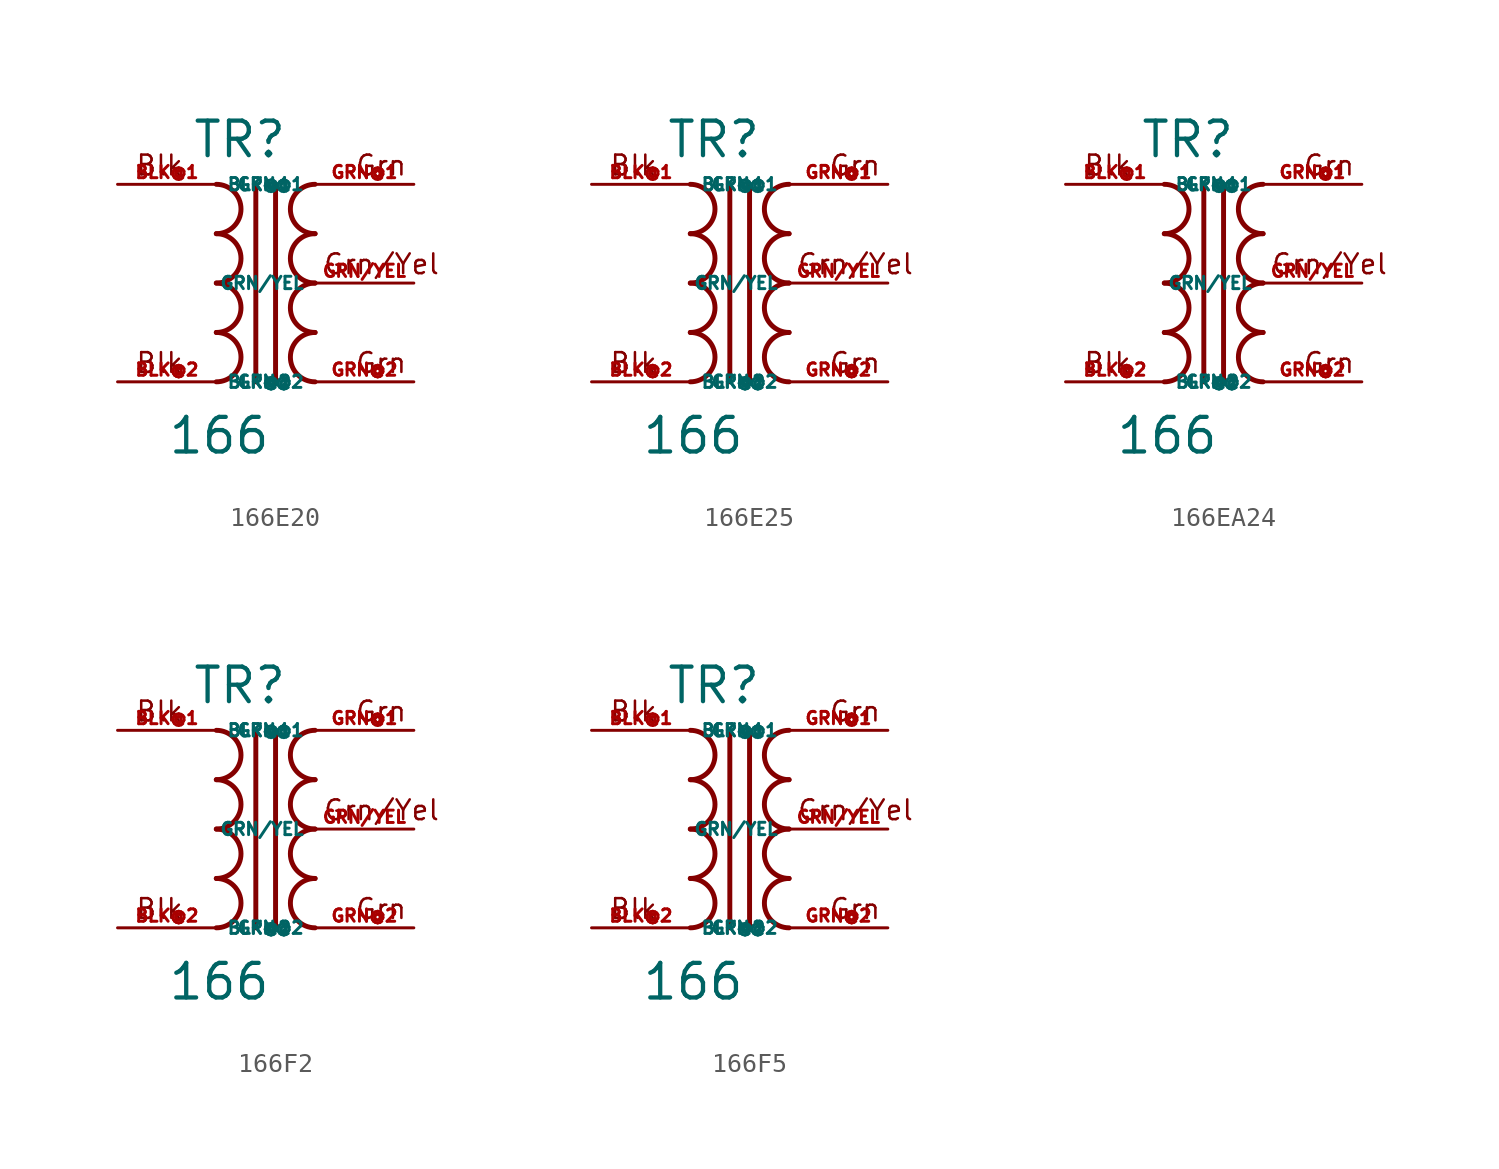
<source format=kicad_sym>
(kicad_symbol_lib
  (version 20220914)
  (generator Eagle2Kicad)
  (symbol "166E20"
    (property "Reference" "TR"
      (at -3.81 6.35 0)
      (effects (font (size 1.778 1.778) (thickness 0.22)) (justify left bottom)))
    (property "Value" "166"
      (at -5.08 -8.89 0)
      (effects (font (size 1.778 1.778) (thickness 0.22)) (justify left bottom)))
    (polyline
      (pts (xy -0.508 5.08) (xy -0.508 -5.08))
      (stroke (width 0.254) (type default))
      (fill (type none)))
    (arc
      (start -2.54 0)
      (mid -1.270 1.270)
      (end -2.54 2.54)
      (stroke (width 0.254) (type default))
      (fill (type none)))
    (arc
      (start -2.54 -2.54)
      (mid -1.270 -1.270)
      (end -2.54 0)
      (stroke (width 0.254) (type default))
      (fill (type none)))
    (arc
      (start -2.54 -5.08)
      (mid -1.270 -3.810)
      (end -2.54 -2.54)
      (stroke (width 0.254) (type default))
      (fill (type none)))
    (arc
      (start -2.54 2.54)
      (mid -1.270 3.810)
      (end -2.54 5.08)
      (stroke (width 0.254) (type default))
      (fill (type none)))
    (arc
      (start 2.54 2.54)
      (mid 1.270 1.270)
      (end 2.54 0)
      (stroke (width 0.254) (type default))
      (fill (type none)))
    (arc
      (start 2.54 5.08)
      (mid 1.270 3.810)
      (end 2.54 2.54)
      (stroke (width 0.254) (type default))
      (fill (type none)))
    (arc
      (start 2.54 0)
      (mid 1.270 -1.270)
      (end 2.54 -2.54)
      (stroke (width 0.254) (type default))
      (fill (type none)))
    (arc
      (start 2.54 -2.54)
      (mid 1.270 -3.810)
      (end 2.54 -5.08)
      (stroke (width 0.254) (type default))
      (fill (type none)))
    (polyline
      (pts (xy 0.508 5.08) (xy 0.508 -5.08))
      (stroke (width 0.254) (type default))
      (fill (type none)))
    (text "Blk"
      (at -6.731 5.461 0)
      (effects (font (size 1.016 1.016) (thickness 0.13)) (justify left bottom)))
    (text "Blk"
      (at -6.731 -4.699 0)
      (effects (font (size 1.016 1.016) (thickness 0.13)) (justify left bottom)))
    (text "Grn"
      (at 4.572 5.461 0)
      (effects (font (size 1.016 1.016) (thickness 0.13)) (justify left bottom)))
    (text "Grn"
      (at 4.572 -4.699 0)
      (effects (font (size 1.016 1.016) (thickness 0.13)) (justify left bottom)))
    (text "Grn/Yel"
      (at 2.921 0.381 0)
      (effects (font (size 1.016 1.016) (thickness 0.13)) (justify left bottom)))
    (pin passive line
      (at -7.62 5.08 0)
      (length 5.08)
      (name "BLK@1" (effects (font (size 0.635 0.635) (thickness 0.08)) (justify left bottom)))
      (number "BLK@1" (effects (font (size 0.635 0.635) (thickness 0.08)) (justify left bottom))))
    (pin passive line
      (at -7.62 -5.08 0)
      (length 5.08)
      (name "BLK@2" (effects (font (size 0.635 0.635) (thickness 0.08)) (justify left bottom)))
      (number "BLK@2" (effects (font (size 0.635 0.635) (thickness 0.08)) (justify left bottom))))
    (pin passive line
      (at 7.62 5.08 180)
      (length 5.08)
      (name "GRN@1" (effects (font (size 0.635 0.635) (thickness 0.08)) (justify left bottom)))
      (number "GRN@1" (effects (font (size 0.635 0.635) (thickness 0.08)) (justify left bottom))))
    (pin passive line
      (at 7.62 0 180)
      (length 5.08)
      (name "GRN/YEL" (effects (font (size 0.635 0.635) (thickness 0.08)) (justify left bottom)))
      (number "GRN/YEL" (effects (font (size 0.635 0.635) (thickness 0.08)) (justify left bottom))))
    (pin passive line
      (at 7.62 -5.08 180)
      (length 5.08)
      (name "GRN@2" (effects (font (size 0.635 0.635) (thickness 0.08)) (justify left bottom)))
      (number "GRN@2" (effects (font (size 0.635 0.635) (thickness 0.08)) (justify left bottom)))))
  (symbol "166E25"
    (property "Reference" "TR"
      (at -3.81 6.35 0)
      (effects (font (size 1.778 1.778) (thickness 0.22)) (justify left bottom)))
    (property "Value" "166"
      (at -5.08 -8.89 0)
      (effects (font (size 1.778 1.778) (thickness 0.22)) (justify left bottom)))
    (polyline
      (pts (xy -0.508 5.08) (xy -0.508 -5.08))
      (stroke (width 0.254) (type default))
      (fill (type none)))
    (arc
      (start -2.54 0)
      (mid -1.270 1.270)
      (end -2.54 2.54)
      (stroke (width 0.254) (type default))
      (fill (type none)))
    (arc
      (start -2.54 -2.54)
      (mid -1.270 -1.270)
      (end -2.54 0)
      (stroke (width 0.254) (type default))
      (fill (type none)))
    (arc
      (start -2.54 -5.08)
      (mid -1.270 -3.810)
      (end -2.54 -2.54)
      (stroke (width 0.254) (type default))
      (fill (type none)))
    (arc
      (start -2.54 2.54)
      (mid -1.270 3.810)
      (end -2.54 5.08)
      (stroke (width 0.254) (type default))
      (fill (type none)))
    (arc
      (start 2.54 2.54)
      (mid 1.270 1.270)
      (end 2.54 0)
      (stroke (width 0.254) (type default))
      (fill (type none)))
    (arc
      (start 2.54 5.08)
      (mid 1.270 3.810)
      (end 2.54 2.54)
      (stroke (width 0.254) (type default))
      (fill (type none)))
    (arc
      (start 2.54 0)
      (mid 1.270 -1.270)
      (end 2.54 -2.54)
      (stroke (width 0.254) (type default))
      (fill (type none)))
    (arc
      (start 2.54 -2.54)
      (mid 1.270 -3.810)
      (end 2.54 -5.08)
      (stroke (width 0.254) (type default))
      (fill (type none)))
    (polyline
      (pts (xy 0.508 5.08) (xy 0.508 -5.08))
      (stroke (width 0.254) (type default))
      (fill (type none)))
    (text "Blk"
      (at -6.731 5.461 0)
      (effects (font (size 1.016 1.016) (thickness 0.13)) (justify left bottom)))
    (text "Blk"
      (at -6.731 -4.699 0)
      (effects (font (size 1.016 1.016) (thickness 0.13)) (justify left bottom)))
    (text "Grn"
      (at 4.572 5.461 0)
      (effects (font (size 1.016 1.016) (thickness 0.13)) (justify left bottom)))
    (text "Grn"
      (at 4.572 -4.699 0)
      (effects (font (size 1.016 1.016) (thickness 0.13)) (justify left bottom)))
    (text "Grn/Yel"
      (at 2.921 0.381 0)
      (effects (font (size 1.016 1.016) (thickness 0.13)) (justify left bottom)))
    (pin passive line
      (at -7.62 5.08 0)
      (length 5.08)
      (name "BLK@1" (effects (font (size 0.635 0.635) (thickness 0.08)) (justify left bottom)))
      (number "BLK@1" (effects (font (size 0.635 0.635) (thickness 0.08)) (justify left bottom))))
    (pin passive line
      (at -7.62 -5.08 0)
      (length 5.08)
      (name "BLK@2" (effects (font (size 0.635 0.635) (thickness 0.08)) (justify left bottom)))
      (number "BLK@2" (effects (font (size 0.635 0.635) (thickness 0.08)) (justify left bottom))))
    (pin passive line
      (at 7.62 5.08 180)
      (length 5.08)
      (name "GRN@1" (effects (font (size 0.635 0.635) (thickness 0.08)) (justify left bottom)))
      (number "GRN@1" (effects (font (size 0.635 0.635) (thickness 0.08)) (justify left bottom))))
    (pin passive line
      (at 7.62 0 180)
      (length 5.08)
      (name "GRN/YEL" (effects (font (size 0.635 0.635) (thickness 0.08)) (justify left bottom)))
      (number "GRN/YEL" (effects (font (size 0.635 0.635) (thickness 0.08)) (justify left bottom))))
    (pin passive line
      (at 7.62 -5.08 180)
      (length 5.08)
      (name "GRN@2" (effects (font (size 0.635 0.635) (thickness 0.08)) (justify left bottom)))
      (number "GRN@2" (effects (font (size 0.635 0.635) (thickness 0.08)) (justify left bottom)))))
  (symbol "166EA24"
    (property "Reference" "TR"
      (at -3.81 6.35 0)
      (effects (font (size 1.778 1.778) (thickness 0.22)) (justify left bottom)))
    (property "Value" "166"
      (at -5.08 -8.89 0)
      (effects (font (size 1.778 1.778) (thickness 0.22)) (justify left bottom)))
    (polyline
      (pts (xy -0.508 5.08) (xy -0.508 -5.08))
      (stroke (width 0.254) (type default))
      (fill (type none)))
    (arc
      (start -2.54 0)
      (mid -1.270 1.270)
      (end -2.54 2.54)
      (stroke (width 0.254) (type default))
      (fill (type none)))
    (arc
      (start -2.54 -2.54)
      (mid -1.270 -1.270)
      (end -2.54 0)
      (stroke (width 0.254) (type default))
      (fill (type none)))
    (arc
      (start -2.54 -5.08)
      (mid -1.270 -3.810)
      (end -2.54 -2.54)
      (stroke (width 0.254) (type default))
      (fill (type none)))
    (arc
      (start -2.54 2.54)
      (mid -1.270 3.810)
      (end -2.54 5.08)
      (stroke (width 0.254) (type default))
      (fill (type none)))
    (arc
      (start 2.54 2.54)
      (mid 1.270 1.270)
      (end 2.54 0)
      (stroke (width 0.254) (type default))
      (fill (type none)))
    (arc
      (start 2.54 5.08)
      (mid 1.270 3.810)
      (end 2.54 2.54)
      (stroke (width 0.254) (type default))
      (fill (type none)))
    (arc
      (start 2.54 0)
      (mid 1.270 -1.270)
      (end 2.54 -2.54)
      (stroke (width 0.254) (type default))
      (fill (type none)))
    (arc
      (start 2.54 -2.54)
      (mid 1.270 -3.810)
      (end 2.54 -5.08)
      (stroke (width 0.254) (type default))
      (fill (type none)))
    (polyline
      (pts (xy 0.508 5.08) (xy 0.508 -5.08))
      (stroke (width 0.254) (type default))
      (fill (type none)))
    (text "Blk"
      (at -6.731 5.461 0)
      (effects (font (size 1.016 1.016) (thickness 0.13)) (justify left bottom)))
    (text "Blk"
      (at -6.731 -4.699 0)
      (effects (font (size 1.016 1.016) (thickness 0.13)) (justify left bottom)))
    (text "Grn"
      (at 4.572 5.461 0)
      (effects (font (size 1.016 1.016) (thickness 0.13)) (justify left bottom)))
    (text "Grn"
      (at 4.572 -4.699 0)
      (effects (font (size 1.016 1.016) (thickness 0.13)) (justify left bottom)))
    (text "Grn/Yel"
      (at 2.921 0.381 0)
      (effects (font (size 1.016 1.016) (thickness 0.13)) (justify left bottom)))
    (pin passive line
      (at -7.62 5.08 0)
      (length 5.08)
      (name "BLK@1" (effects (font (size 0.635 0.635) (thickness 0.08)) (justify left bottom)))
      (number "BLK@1" (effects (font (size 0.635 0.635) (thickness 0.08)) (justify left bottom))))
    (pin passive line
      (at -7.62 -5.08 0)
      (length 5.08)
      (name "BLK@2" (effects (font (size 0.635 0.635) (thickness 0.08)) (justify left bottom)))
      (number "BLK@2" (effects (font (size 0.635 0.635) (thickness 0.08)) (justify left bottom))))
    (pin passive line
      (at 7.62 5.08 180)
      (length 5.08)
      (name "GRN@1" (effects (font (size 0.635 0.635) (thickness 0.08)) (justify left bottom)))
      (number "GRN@1" (effects (font (size 0.635 0.635) (thickness 0.08)) (justify left bottom))))
    (pin passive line
      (at 7.62 0 180)
      (length 5.08)
      (name "GRN/YEL" (effects (font (size 0.635 0.635) (thickness 0.08)) (justify left bottom)))
      (number "GRN/YEL" (effects (font (size 0.635 0.635) (thickness 0.08)) (justify left bottom))))
    (pin passive line
      (at 7.62 -5.08 180)
      (length 5.08)
      (name "GRN@2" (effects (font (size 0.635 0.635) (thickness 0.08)) (justify left bottom)))
      (number "GRN@2" (effects (font (size 0.635 0.635) (thickness 0.08)) (justify left bottom)))))
  (symbol "166F2"
    (property "Reference" "TR"
      (at -3.81 6.35 0)
      (effects (font (size 1.778 1.778) (thickness 0.22)) (justify left bottom)))
    (property "Value" "166"
      (at -5.08 -8.89 0)
      (effects (font (size 1.778 1.778) (thickness 0.22)) (justify left bottom)))
    (polyline
      (pts (xy -0.508 5.08) (xy -0.508 -5.08))
      (stroke (width 0.254) (type default))
      (fill (type none)))
    (arc
      (start -2.54 0)
      (mid -1.270 1.270)
      (end -2.54 2.54)
      (stroke (width 0.254) (type default))
      (fill (type none)))
    (arc
      (start -2.54 -2.54)
      (mid -1.270 -1.270)
      (end -2.54 0)
      (stroke (width 0.254) (type default))
      (fill (type none)))
    (arc
      (start -2.54 -5.08)
      (mid -1.270 -3.810)
      (end -2.54 -2.54)
      (stroke (width 0.254) (type default))
      (fill (type none)))
    (arc
      (start -2.54 2.54)
      (mid -1.270 3.810)
      (end -2.54 5.08)
      (stroke (width 0.254) (type default))
      (fill (type none)))
    (arc
      (start 2.54 2.54)
      (mid 1.270 1.270)
      (end 2.54 0)
      (stroke (width 0.254) (type default))
      (fill (type none)))
    (arc
      (start 2.54 5.08)
      (mid 1.270 3.810)
      (end 2.54 2.54)
      (stroke (width 0.254) (type default))
      (fill (type none)))
    (arc
      (start 2.54 0)
      (mid 1.270 -1.270)
      (end 2.54 -2.54)
      (stroke (width 0.254) (type default))
      (fill (type none)))
    (arc
      (start 2.54 -2.54)
      (mid 1.270 -3.810)
      (end 2.54 -5.08)
      (stroke (width 0.254) (type default))
      (fill (type none)))
    (polyline
      (pts (xy 0.508 5.08) (xy 0.508 -5.08))
      (stroke (width 0.254) (type default))
      (fill (type none)))
    (text "Blk"
      (at -6.731 5.461 0)
      (effects (font (size 1.016 1.016) (thickness 0.13)) (justify left bottom)))
    (text "Blk"
      (at -6.731 -4.699 0)
      (effects (font (size 1.016 1.016) (thickness 0.13)) (justify left bottom)))
    (text "Grn"
      (at 4.572 5.461 0)
      (effects (font (size 1.016 1.016) (thickness 0.13)) (justify left bottom)))
    (text "Grn"
      (at 4.572 -4.699 0)
      (effects (font (size 1.016 1.016) (thickness 0.13)) (justify left bottom)))
    (text "Grn/Yel"
      (at 2.921 0.381 0)
      (effects (font (size 1.016 1.016) (thickness 0.13)) (justify left bottom)))
    (pin passive line
      (at -7.62 5.08 0)
      (length 5.08)
      (name "BLK@1" (effects (font (size 0.635 0.635) (thickness 0.08)) (justify left bottom)))
      (number "BLK@1" (effects (font (size 0.635 0.635) (thickness 0.08)) (justify left bottom))))
    (pin passive line
      (at -7.62 -5.08 0)
      (length 5.08)
      (name "BLK@2" (effects (font (size 0.635 0.635) (thickness 0.08)) (justify left bottom)))
      (number "BLK@2" (effects (font (size 0.635 0.635) (thickness 0.08)) (justify left bottom))))
    (pin passive line
      (at 7.62 5.08 180)
      (length 5.08)
      (name "GRN@1" (effects (font (size 0.635 0.635) (thickness 0.08)) (justify left bottom)))
      (number "GRN@1" (effects (font (size 0.635 0.635) (thickness 0.08)) (justify left bottom))))
    (pin passive line
      (at 7.62 0 180)
      (length 5.08)
      (name "GRN/YEL" (effects (font (size 0.635 0.635) (thickness 0.08)) (justify left bottom)))
      (number "GRN/YEL" (effects (font (size 0.635 0.635) (thickness 0.08)) (justify left bottom))))
    (pin passive line
      (at 7.62 -5.08 180)
      (length 5.08)
      (name "GRN@2" (effects (font (size 0.635 0.635) (thickness 0.08)) (justify left bottom)))
      (number "GRN@2" (effects (font (size 0.635 0.635) (thickness 0.08)) (justify left bottom)))))
  (symbol "166F5"
    (property "Reference" "TR"
      (at -3.81 6.35 0)
      (effects (font (size 1.778 1.778) (thickness 0.22)) (justify left bottom)))
    (property "Value" "166"
      (at -5.08 -8.89 0)
      (effects (font (size 1.778 1.778) (thickness 0.22)) (justify left bottom)))
    (polyline
      (pts (xy -0.508 5.08) (xy -0.508 -5.08))
      (stroke (width 0.254) (type default))
      (fill (type none)))
    (arc
      (start -2.54 0)
      (mid -1.270 1.270)
      (end -2.54 2.54)
      (stroke (width 0.254) (type default))
      (fill (type none)))
    (arc
      (start -2.54 -2.54)
      (mid -1.270 -1.270)
      (end -2.54 0)
      (stroke (width 0.254) (type default))
      (fill (type none)))
    (arc
      (start -2.54 -5.08)
      (mid -1.270 -3.810)
      (end -2.54 -2.54)
      (stroke (width 0.254) (type default))
      (fill (type none)))
    (arc
      (start -2.54 2.54)
      (mid -1.270 3.810)
      (end -2.54 5.08)
      (stroke (width 0.254) (type default))
      (fill (type none)))
    (arc
      (start 2.54 2.54)
      (mid 1.270 1.270)
      (end 2.54 0)
      (stroke (width 0.254) (type default))
      (fill (type none)))
    (arc
      (start 2.54 5.08)
      (mid 1.270 3.810)
      (end 2.54 2.54)
      (stroke (width 0.254) (type default))
      (fill (type none)))
    (arc
      (start 2.54 0)
      (mid 1.270 -1.270)
      (end 2.54 -2.54)
      (stroke (width 0.254) (type default))
      (fill (type none)))
    (arc
      (start 2.54 -2.54)
      (mid 1.270 -3.810)
      (end 2.54 -5.08)
      (stroke (width 0.254) (type default))
      (fill (type none)))
    (polyline
      (pts (xy 0.508 5.08) (xy 0.508 -5.08))
      (stroke (width 0.254) (type default))
      (fill (type none)))
    (text "Blk"
      (at -6.731 5.461 0)
      (effects (font (size 1.016 1.016) (thickness 0.13)) (justify left bottom)))
    (text "Blk"
      (at -6.731 -4.699 0)
      (effects (font (size 1.016 1.016) (thickness 0.13)) (justify left bottom)))
    (text "Grn"
      (at 4.572 5.461 0)
      (effects (font (size 1.016 1.016) (thickness 0.13)) (justify left bottom)))
    (text "Grn"
      (at 4.572 -4.699 0)
      (effects (font (size 1.016 1.016) (thickness 0.13)) (justify left bottom)))
    (text "Grn/Yel"
      (at 2.921 0.381 0)
      (effects (font (size 1.016 1.016) (thickness 0.13)) (justify left bottom)))
    (pin passive line
      (at -7.62 5.08 0)
      (length 5.08)
      (name "BLK@1" (effects (font (size 0.635 0.635) (thickness 0.08)) (justify left bottom)))
      (number "BLK@1" (effects (font (size 0.635 0.635) (thickness 0.08)) (justify left bottom))))
    (pin passive line
      (at -7.62 -5.08 0)
      (length 5.08)
      (name "BLK@2" (effects (font (size 0.635 0.635) (thickness 0.08)) (justify left bottom)))
      (number "BLK@2" (effects (font (size 0.635 0.635) (thickness 0.08)) (justify left bottom))))
    (pin passive line
      (at 7.62 5.08 180)
      (length 5.08)
      (name "GRN@1" (effects (font (size 0.635 0.635) (thickness 0.08)) (justify left bottom)))
      (number "GRN@1" (effects (font (size 0.635 0.635) (thickness 0.08)) (justify left bottom))))
    (pin passive line
      (at 7.62 0 180)
      (length 5.08)
      (name "GRN/YEL" (effects (font (size 0.635 0.635) (thickness 0.08)) (justify left bottom)))
      (number "GRN/YEL" (effects (font (size 0.635 0.635) (thickness 0.08)) (justify left bottom))))
    (pin passive line
      (at 7.62 -5.08 180)
      (length 5.08)
      (name "GRN@2" (effects (font (size 0.635 0.635) (thickness 0.08)) (justify left bottom)))
      (number "GRN@2" (effects (font (size 0.635 0.635) (thickness 0.08)) (justify left bottom))))))
</source>
